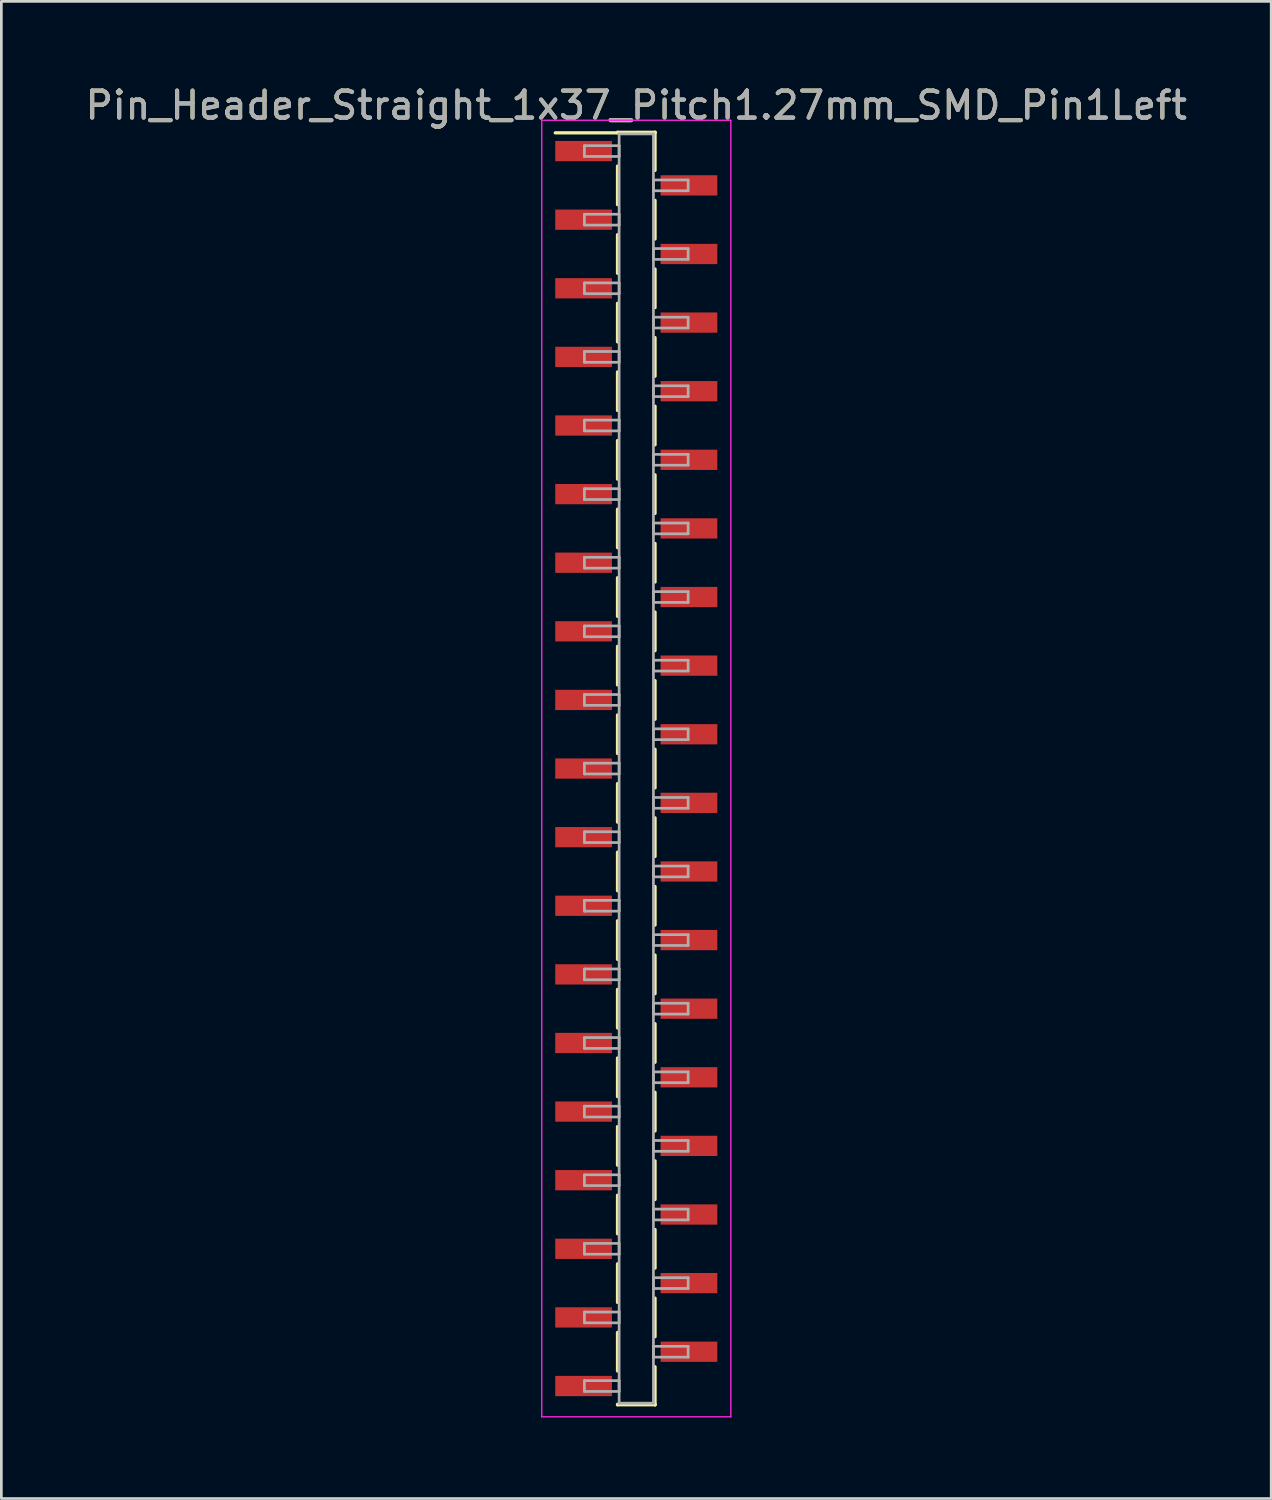
<source format=kicad_pcb>
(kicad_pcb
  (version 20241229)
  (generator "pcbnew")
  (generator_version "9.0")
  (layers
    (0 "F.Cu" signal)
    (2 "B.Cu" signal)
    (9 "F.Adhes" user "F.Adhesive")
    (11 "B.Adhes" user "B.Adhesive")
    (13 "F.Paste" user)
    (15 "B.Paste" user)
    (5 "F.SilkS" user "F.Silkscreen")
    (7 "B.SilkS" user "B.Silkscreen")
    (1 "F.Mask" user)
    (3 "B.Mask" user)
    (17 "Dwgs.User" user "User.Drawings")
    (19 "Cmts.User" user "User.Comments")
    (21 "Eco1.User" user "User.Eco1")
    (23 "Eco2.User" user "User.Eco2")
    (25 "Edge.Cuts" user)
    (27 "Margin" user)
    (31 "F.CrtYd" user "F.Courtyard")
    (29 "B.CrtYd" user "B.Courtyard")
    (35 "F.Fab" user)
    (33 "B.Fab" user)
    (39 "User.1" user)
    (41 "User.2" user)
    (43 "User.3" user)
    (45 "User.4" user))
  (footprint "Pin_Header_Straight_1x37_Pitch1.27mm_SMD_Pin1Left"
    (layer "F.Cu")
    (at 20.506 25.403)
    (property "Reference" "Pin_Header_Straight_1x37_Pitch1.27mm_SMD_Pin1Left" (at 0 -24.555 0) (layer "F.SilkS") (effects (font (size 1 1) (thickness 0.15))))
    (attr smd)
    (fp_line (start -0.695 -23.555) (end 0.695 -23.555) (stroke (width 0.12) (type solid)) (layer "F.SilkS"))
    (fp_line (start -0.695 -23.535) (end -3 -23.535) (stroke (width 0.12) (type solid)) (layer "F.SilkS"))
    (fp_line (start -0.695 -23.535) (end -0.695 -23.555) (stroke (width 0.12) (type solid)) (layer "F.SilkS"))
    (fp_line (start -0.695 -22.305) (end -0.695 -20.875) (stroke (width 0.12) (type solid)) (layer "F.SilkS"))
    (fp_line (start -0.695 -19.765) (end -0.695 -18.335) (stroke (width 0.12) (type solid)) (layer "F.SilkS"))
    (fp_line (start -0.695 -17.225) (end -0.695 -15.795) (stroke (width 0.12) (type solid)) (layer "F.SilkS"))
    (fp_line (start -0.695 -14.685) (end -0.695 -13.255) (stroke (width 0.12) (type solid)) (layer "F.SilkS"))
    (fp_line (start -0.695 -12.145) (end -0.695 -10.715) (stroke (width 0.12) (type solid)) (layer "F.SilkS"))
    (fp_line (start -0.695 -9.605) (end -0.695 -8.175) (stroke (width 0.12) (type solid)) (layer "F.SilkS"))
    (fp_line (start -0.695 -7.065) (end -0.695 -5.635) (stroke (width 0.12) (type solid)) (layer "F.SilkS"))
    (fp_line (start -0.695 -4.525) (end -0.695 -3.095) (stroke (width 0.12) (type solid)) (layer "F.SilkS"))
    (fp_line (start -0.695 -1.985) (end -0.695 -0.555) (stroke (width 0.12) (type solid)) (layer "F.SilkS"))
    (fp_line (start -0.695 0.555) (end -0.695 1.985) (stroke (width 0.12) (type solid)) (layer "F.SilkS"))
    (fp_line (start -0.695 3.095) (end -0.695 4.525) (stroke (width 0.12) (type solid)) (layer "F.SilkS"))
    (fp_line (start -0.695 5.635) (end -0.695 7.065) (stroke (width 0.12) (type solid)) (layer "F.SilkS"))
    (fp_line (start -0.695 8.175) (end -0.695 9.605) (stroke (width 0.12) (type solid)) (layer "F.SilkS"))
    (fp_line (start -0.695 10.715) (end -0.695 12.145) (stroke (width 0.12) (type solid)) (layer "F.SilkS"))
    (fp_line (start -0.695 13.255) (end -0.695 14.685) (stroke (width 0.12) (type solid)) (layer "F.SilkS"))
    (fp_line (start -0.695 15.795) (end -0.695 17.225) (stroke (width 0.12) (type solid)) (layer "F.SilkS"))
    (fp_line (start -0.695 18.335) (end -0.695 19.765) (stroke (width 0.12) (type solid)) (layer "F.SilkS"))
    (fp_line (start -0.695 20.875) (end -0.695 22.305) (stroke (width 0.12) (type solid)) (layer "F.SilkS"))
    (fp_line (start -0.695 23.535) (end -0.695 23.555) (stroke (width 0.12) (type solid)) (layer "F.SilkS"))
    (fp_line (start -0.695 23.555) (end 0.695 23.555) (stroke (width 0.12) (type solid)) (layer "F.SilkS"))
    (fp_line (start 0.695 -23.555) (end 0.695 -23.535) (stroke (width 0.12) (type solid)) (layer "F.SilkS"))
    (fp_line (start 0.695 -23.555) (end 0.695 -22.145) (stroke (width 0.12) (type solid)) (layer "F.SilkS"))
    (fp_line (start 0.695 -21.035) (end 0.695 -19.605) (stroke (width 0.12) (type solid)) (layer "F.SilkS"))
    (fp_line (start 0.695 -18.495) (end 0.695 -17.065) (stroke (width 0.12) (type solid)) (layer "F.SilkS"))
    (fp_line (start 0.695 -15.955) (end 0.695 -14.525) (stroke (width 0.12) (type solid)) (layer "F.SilkS"))
    (fp_line (start 0.695 -13.415) (end 0.695 -11.985) (stroke (width 0.12) (type solid)) (layer "F.SilkS"))
    (fp_line (start 0.695 -10.875) (end 0.695 -9.445) (stroke (width 0.12) (type solid)) (layer "F.SilkS"))
    (fp_line (start 0.695 -8.335) (end 0.695 -6.905) (stroke (width 0.12) (type solid)) (layer "F.SilkS"))
    (fp_line (start 0.695 -5.795) (end 0.695 -4.365) (stroke (width 0.12) (type solid)) (layer "F.SilkS"))
    (fp_line (start 0.695 -3.255) (end 0.695 -1.825) (stroke (width 0.12) (type solid)) (layer "F.SilkS"))
    (fp_line (start 0.695 -0.715) (end 0.695 0.715) (stroke (width 0.12) (type solid)) (layer "F.SilkS"))
    (fp_line (start 0.695 1.825) (end 0.695 3.255) (stroke (width 0.12) (type solid)) (layer "F.SilkS"))
    (fp_line (start 0.695 4.365) (end 0.695 5.795) (stroke (width 0.12) (type solid)) (layer "F.SilkS"))
    (fp_line (start 0.695 6.905) (end 0.695 8.335) (stroke (width 0.12) (type solid)) (layer "F.SilkS"))
    (fp_line (start 0.695 9.445) (end 0.695 10.875) (stroke (width 0.12) (type solid)) (layer "F.SilkS"))
    (fp_line (start 0.695 11.985) (end 0.695 13.415) (stroke (width 0.12) (type solid)) (layer "F.SilkS"))
    (fp_line (start 0.695 14.525) (end 0.695 15.955) (stroke (width 0.12) (type solid)) (layer "F.SilkS"))
    (fp_line (start 0.695 17.065) (end 0.695 18.495) (stroke (width 0.12) (type solid)) (layer "F.SilkS"))
    (fp_line (start 0.695 19.605) (end 0.695 21.035) (stroke (width 0.12) (type solid)) (layer "F.SilkS"))
    (fp_line (start 0.695 22.145) (end 0.695 23.555) (stroke (width 0.12) (type solid)) (layer "F.SilkS"))
    (fp_line (start 0.695 23.555) (end 0.695 23.535) (stroke (width 0.12) (type solid)) (layer "F.SilkS"))
    (fp_line (start -3.5 -24) (end -3.5 24) (stroke (width 0.05) (type solid)) (layer "F.CrtYd"))
    (fp_line (start -3.5 24) (end 3.5 24) (stroke (width 0.05) (type solid)) (layer "F.CrtYd"))
    (fp_line (start 3.5 -24) (end -3.5 -24) (stroke (width 0.05) (type solid)) (layer "F.CrtYd"))
    (fp_line (start 3.5 24) (end 3.5 -24) (stroke (width 0.05) (type solid)) (layer "F.CrtYd"))
    (fp_line (start -1.92 -23.06) (end -0.635 -23.06) (stroke (width 0.1) (type solid)) (layer "F.Fab"))
    (fp_line (start -1.92 -22.66) (end -1.92 -23.06) (stroke (width 0.1) (type solid)) (layer "F.Fab"))
    (fp_line (start -1.92 -20.52) (end -0.635 -20.52) (stroke (width 0.1) (type solid)) (layer "F.Fab"))
    (fp_line (start -1.92 -20.12) (end -1.92 -20.52) (stroke (width 0.1) (type solid)) (layer "F.Fab"))
    (fp_line (start -1.92 -17.98) (end -0.635 -17.98) (stroke (width 0.1) (type solid)) (layer "F.Fab"))
    (fp_line (start -1.92 -17.58) (end -1.92 -17.98) (stroke (width 0.1) (type solid)) (layer "F.Fab"))
    (fp_line (start -1.92 -15.44) (end -0.635 -15.44) (stroke (width 0.1) (type solid)) (layer "F.Fab"))
    (fp_line (start -1.92 -15.04) (end -1.92 -15.44) (stroke (width 0.1) (type solid)) (layer "F.Fab"))
    (fp_line (start -1.92 -12.9) (end -0.635 -12.9) (stroke (width 0.1) (type solid)) (layer "F.Fab"))
    (fp_line (start -1.92 -12.5) (end -1.92 -12.9) (stroke (width 0.1) (type solid)) (layer "F.Fab"))
    (fp_line (start -1.92 -10.36) (end -0.635 -10.36) (stroke (width 0.1) (type solid)) (layer "F.Fab"))
    (fp_line (start -1.92 -9.96) (end -1.92 -10.36) (stroke (width 0.1) (type solid)) (layer "F.Fab"))
    (fp_line (start -1.92 -7.82) (end -0.635 -7.82) (stroke (width 0.1) (type solid)) (layer "F.Fab"))
    (fp_line (start -1.92 -7.42) (end -1.92 -7.82) (stroke (width 0.1) (type solid)) (layer "F.Fab"))
    (fp_line (start -1.92 -5.28) (end -0.635 -5.28) (stroke (width 0.1) (type solid)) (layer "F.Fab"))
    (fp_line (start -1.92 -4.88) (end -1.92 -5.28) (stroke (width 0.1) (type solid)) (layer "F.Fab"))
    (fp_line (start -1.92 -2.74) (end -0.635 -2.74) (stroke (width 0.1) (type solid)) (layer "F.Fab"))
    (fp_line (start -1.92 -2.34) (end -1.92 -2.74) (stroke (width 0.1) (type solid)) (layer "F.Fab"))
    (fp_line (start -1.92 -0.2) (end -0.635 -0.2) (stroke (width 0.1) (type solid)) (layer "F.Fab"))
    (fp_line (start -1.92 0.2) (end -1.92 -0.2) (stroke (width 0.1) (type solid)) (layer "F.Fab"))
    (fp_line (start -1.92 2.34) (end -0.635 2.34) (stroke (width 0.1) (type solid)) (layer "F.Fab"))
    (fp_line (start -1.92 2.74) (end -1.92 2.34) (stroke (width 0.1) (type solid)) (layer "F.Fab"))
    (fp_line (start -1.92 4.88) (end -0.635 4.88) (stroke (width 0.1) (type solid)) (layer "F.Fab"))
    (fp_line (start -1.92 5.28) (end -1.92 4.88) (stroke (width 0.1) (type solid)) (layer "F.Fab"))
    (fp_line (start -1.92 7.42) (end -0.635 7.42) (stroke (width 0.1) (type solid)) (layer "F.Fab"))
    (fp_line (start -1.92 7.82) (end -1.92 7.42) (stroke (width 0.1) (type solid)) (layer "F.Fab"))
    (fp_line (start -1.92 9.96) (end -0.635 9.96) (stroke (width 0.1) (type solid)) (layer "F.Fab"))
    (fp_line (start -1.92 10.36) (end -1.92 9.96) (stroke (width 0.1) (type solid)) (layer "F.Fab"))
    (fp_line (start -1.92 12.5) (end -0.635 12.5) (stroke (width 0.1) (type solid)) (layer "F.Fab"))
    (fp_line (start -1.92 12.9) (end -1.92 12.5) (stroke (width 0.1) (type solid)) (layer "F.Fab"))
    (fp_line (start -1.92 15.04) (end -0.635 15.04) (stroke (width 0.1) (type solid)) (layer "F.Fab"))
    (fp_line (start -1.92 15.44) (end -1.92 15.04) (stroke (width 0.1) (type solid)) (layer "F.Fab"))
    (fp_line (start -1.92 17.58) (end -0.635 17.58) (stroke (width 0.1) (type solid)) (layer "F.Fab"))
    (fp_line (start -1.92 17.98) (end -1.92 17.58) (stroke (width 0.1) (type solid)) (layer "F.Fab"))
    (fp_line (start -1.92 20.12) (end -0.635 20.12) (stroke (width 0.1) (type solid)) (layer "F.Fab"))
    (fp_line (start -1.92 20.52) (end -1.92 20.12) (stroke (width 0.1) (type solid)) (layer "F.Fab"))
    (fp_line (start -1.92 22.66) (end -0.635 22.66) (stroke (width 0.1) (type solid)) (layer "F.Fab"))
    (fp_line (start -1.92 23.06) (end -1.92 22.66) (stroke (width 0.1) (type solid)) (layer "F.Fab"))
    (fp_line (start -0.635 -23.495) (end -0.635 23.495) (stroke (width 0.1) (type solid)) (layer "F.Fab"))
    (fp_line (start -0.635 -23.06) (end -0.635 -22.66) (stroke (width 0.1) (type solid)) (layer "F.Fab"))
    (fp_line (start -0.635 -22.66) (end -1.92 -22.66) (stroke (width 0.1) (type solid)) (layer "F.Fab"))
    (fp_line (start -0.635 -20.52) (end -0.635 -20.12) (stroke (width 0.1) (type solid)) (layer "F.Fab"))
    (fp_line (start -0.635 -20.12) (end -1.92 -20.12) (stroke (width 0.1) (type solid)) (layer "F.Fab"))
    (fp_line (start -0.635 -17.98) (end -0.635 -17.58) (stroke (width 0.1) (type solid)) (layer "F.Fab"))
    (fp_line (start -0.635 -17.58) (end -1.92 -17.58) (stroke (width 0.1) (type solid)) (layer "F.Fab"))
    (fp_line (start -0.635 -15.44) (end -0.635 -15.04) (stroke (width 0.1) (type solid)) (layer "F.Fab"))
    (fp_line (start -0.635 -15.04) (end -1.92 -15.04) (stroke (width 0.1) (type solid)) (layer "F.Fab"))
    (fp_line (start -0.635 -12.9) (end -0.635 -12.5) (stroke (width 0.1) (type solid)) (layer "F.Fab"))
    (fp_line (start -0.635 -12.5) (end -1.92 -12.5) (stroke (width 0.1) (type solid)) (layer "F.Fab"))
    (fp_line (start -0.635 -10.36) (end -0.635 -9.96) (stroke (width 0.1) (type solid)) (layer "F.Fab"))
    (fp_line (start -0.635 -9.96) (end -1.92 -9.96) (stroke (width 0.1) (type solid)) (layer "F.Fab"))
    (fp_line (start -0.635 -7.82) (end -0.635 -7.42) (stroke (width 0.1) (type solid)) (layer "F.Fab"))
    (fp_line (start -0.635 -7.42) (end -1.92 -7.42) (stroke (width 0.1) (type solid)) (layer "F.Fab"))
    (fp_line (start -0.635 -5.28) (end -0.635 -4.88) (stroke (width 0.1) (type solid)) (layer "F.Fab"))
    (fp_line (start -0.635 -4.88) (end -1.92 -4.88) (stroke (width 0.1) (type solid)) (layer "F.Fab"))
    (fp_line (start -0.635 -2.74) (end -0.635 -2.34) (stroke (width 0.1) (type solid)) (layer "F.Fab"))
    (fp_line (start -0.635 -2.34) (end -1.92 -2.34) (stroke (width 0.1) (type solid)) (layer "F.Fab"))
    (fp_line (start -0.635 -0.2) (end -0.635 0.2) (stroke (width 0.1) (type solid)) (layer "F.Fab"))
    (fp_line (start -0.635 0.2) (end -1.92 0.2) (stroke (width 0.1) (type solid)) (layer "F.Fab"))
    (fp_line (start -0.635 2.34) (end -0.635 2.74) (stroke (width 0.1) (type solid)) (layer "F.Fab"))
    (fp_line (start -0.635 2.74) (end -1.92 2.74) (stroke (width 0.1) (type solid)) (layer "F.Fab"))
    (fp_line (start -0.635 4.88) (end -0.635 5.28) (stroke (width 0.1) (type solid)) (layer "F.Fab"))
    (fp_line (start -0.635 5.28) (end -1.92 5.28) (stroke (width 0.1) (type solid)) (layer "F.Fab"))
    (fp_line (start -0.635 7.42) (end -0.635 7.82) (stroke (width 0.1) (type solid)) (layer "F.Fab"))
    (fp_line (start -0.635 7.82) (end -1.92 7.82) (stroke (width 0.1) (type solid)) (layer "F.Fab"))
    (fp_line (start -0.635 9.96) (end -0.635 10.36) (stroke (width 0.1) (type solid)) (layer "F.Fab"))
    (fp_line (start -0.635 10.36) (end -1.92 10.36) (stroke (width 0.1) (type solid)) (layer "F.Fab"))
    (fp_line (start -0.635 12.5) (end -0.635 12.9) (stroke (width 0.1) (type solid)) (layer "F.Fab"))
    (fp_line (start -0.635 12.9) (end -1.92 12.9) (stroke (width 0.1) (type solid)) (layer "F.Fab"))
    (fp_line (start -0.635 15.04) (end -0.635 15.44) (stroke (width 0.1) (type solid)) (layer "F.Fab"))
    (fp_line (start -0.635 15.44) (end -1.92 15.44) (stroke (width 0.1) (type solid)) (layer "F.Fab"))
    (fp_line (start -0.635 17.58) (end -0.635 17.98) (stroke (width 0.1) (type solid)) (layer "F.Fab"))
    (fp_line (start -0.635 17.98) (end -1.92 17.98) (stroke (width 0.1) (type solid)) (layer "F.Fab"))
    (fp_line (start -0.635 20.12) (end -0.635 20.52) (stroke (width 0.1) (type solid)) (layer "F.Fab"))
    (fp_line (start -0.635 20.52) (end -1.92 20.52) (stroke (width 0.1) (type solid)) (layer "F.Fab"))
    (fp_line (start -0.635 22.66) (end -0.635 23.06) (stroke (width 0.1) (type solid)) (layer "F.Fab"))
    (fp_line (start -0.635 23.06) (end -1.92 23.06) (stroke (width 0.1) (type solid)) (layer "F.Fab"))
    (fp_line (start -0.635 23.495) (end 0.635 23.495) (stroke (width 0.1) (type solid)) (layer "F.Fab"))
    (fp_line (start 0.635 -23.495) (end -0.635 -23.495) (stroke (width 0.1) (type solid)) (layer "F.Fab"))
    (fp_line (start 0.635 -21.79) (end 0.635 -21.39) (stroke (width 0.1) (type solid)) (layer "F.Fab"))
    (fp_line (start 0.635 -21.39) (end 1.92 -21.39) (stroke (width 0.1) (type solid)) (layer "F.Fab"))
    (fp_line (start 0.635 -19.25) (end 0.635 -18.85) (stroke (width 0.1) (type solid)) (layer "F.Fab"))
    (fp_line (start 0.635 -18.85) (end 1.92 -18.85) (stroke (width 0.1) (type solid)) (layer "F.Fab"))
    (fp_line (start 0.635 -16.71) (end 0.635 -16.31) (stroke (width 0.1) (type solid)) (layer "F.Fab"))
    (fp_line (start 0.635 -16.31) (end 1.92 -16.31) (stroke (width 0.1) (type solid)) (layer "F.Fab"))
    (fp_line (start 0.635 -14.17) (end 0.635 -13.77) (stroke (width 0.1) (type solid)) (layer "F.Fab"))
    (fp_line (start 0.635 -13.77) (end 1.92 -13.77) (stroke (width 0.1) (type solid)) (layer "F.Fab"))
    (fp_line (start 0.635 -11.63) (end 0.635 -11.23) (stroke (width 0.1) (type solid)) (layer "F.Fab"))
    (fp_line (start 0.635 -11.23) (end 1.92 -11.23) (stroke (width 0.1) (type solid)) (layer "F.Fab"))
    (fp_line (start 0.635 -9.09) (end 0.635 -8.69) (stroke (width 0.1) (type solid)) (layer "F.Fab"))
    (fp_line (start 0.635 -8.69) (end 1.92 -8.69) (stroke (width 0.1) (type solid)) (layer "F.Fab"))
    (fp_line (start 0.635 -6.55) (end 0.635 -6.15) (stroke (width 0.1) (type solid)) (layer "F.Fab"))
    (fp_line (start 0.635 -6.15) (end 1.92 -6.15) (stroke (width 0.1) (type solid)) (layer "F.Fab"))
    (fp_line (start 0.635 -4.01) (end 0.635 -3.61) (stroke (width 0.1) (type solid)) (layer "F.Fab"))
    (fp_line (start 0.635 -3.61) (end 1.92 -3.61) (stroke (width 0.1) (type solid)) (layer "F.Fab"))
    (fp_line (start 0.635 -1.47) (end 0.635 -1.07) (stroke (width 0.1) (type solid)) (layer "F.Fab"))
    (fp_line (start 0.635 -1.07) (end 1.92 -1.07) (stroke (width 0.1) (type solid)) (layer "F.Fab"))
    (fp_line (start 0.635 1.07) (end 0.635 1.47) (stroke (width 0.1) (type solid)) (layer "F.Fab"))
    (fp_line (start 0.635 1.47) (end 1.92 1.47) (stroke (width 0.1) (type solid)) (layer "F.Fab"))
    (fp_line (start 0.635 3.61) (end 0.635 4.01) (stroke (width 0.1) (type solid)) (layer "F.Fab"))
    (fp_line (start 0.635 4.01) (end 1.92 4.01) (stroke (width 0.1) (type solid)) (layer "F.Fab"))
    (fp_line (start 0.635 6.15) (end 0.635 6.55) (stroke (width 0.1) (type solid)) (layer "F.Fab"))
    (fp_line (start 0.635 6.55) (end 1.92 6.55) (stroke (width 0.1) (type solid)) (layer "F.Fab"))
    (fp_line (start 0.635 8.69) (end 0.635 9.09) (stroke (width 0.1) (type solid)) (layer "F.Fab"))
    (fp_line (start 0.635 9.09) (end 1.92 9.09) (stroke (width 0.1) (type solid)) (layer "F.Fab"))
    (fp_line (start 0.635 11.23) (end 0.635 11.63) (stroke (width 0.1) (type solid)) (layer "F.Fab"))
    (fp_line (start 0.635 11.63) (end 1.92 11.63) (stroke (width 0.1) (type solid)) (layer "F.Fab"))
    (fp_line (start 0.635 13.77) (end 0.635 14.17) (stroke (width 0.1) (type solid)) (layer "F.Fab"))
    (fp_line (start 0.635 14.17) (end 1.92 14.17) (stroke (width 0.1) (type solid)) (layer "F.Fab"))
    (fp_line (start 0.635 16.31) (end 0.635 16.71) (stroke (width 0.1) (type solid)) (layer "F.Fab"))
    (fp_line (start 0.635 16.71) (end 1.92 16.71) (stroke (width 0.1) (type solid)) (layer "F.Fab"))
    (fp_line (start 0.635 18.85) (end 0.635 19.25) (stroke (width 0.1) (type solid)) (layer "F.Fab"))
    (fp_line (start 0.635 19.25) (end 1.92 19.25) (stroke (width 0.1) (type solid)) (layer "F.Fab"))
    (fp_line (start 0.635 21.39) (end 0.635 21.79) (stroke (width 0.1) (type solid)) (layer "F.Fab"))
    (fp_line (start 0.635 21.79) (end 1.92 21.79) (stroke (width 0.1) (type solid)) (layer "F.Fab"))
    (fp_line (start 0.635 23.495) (end 0.635 -23.495) (stroke (width 0.1) (type solid)) (layer "F.Fab"))
    (fp_line (start 1.92 -21.79) (end 0.635 -21.79) (stroke (width 0.1) (type solid)) (layer "F.Fab"))
    (fp_line (start 1.92 -21.39) (end 1.92 -21.79) (stroke (width 0.1) (type solid)) (layer "F.Fab"))
    (fp_line (start 1.92 -19.25) (end 0.635 -19.25) (stroke (width 0.1) (type solid)) (layer "F.Fab"))
    (fp_line (start 1.92 -18.85) (end 1.92 -19.25) (stroke (width 0.1) (type solid)) (layer "F.Fab"))
    (fp_line (start 1.92 -16.71) (end 0.635 -16.71) (stroke (width 0.1) (type solid)) (layer "F.Fab"))
    (fp_line (start 1.92 -16.31) (end 1.92 -16.71) (stroke (width 0.1) (type solid)) (layer "F.Fab"))
    (fp_line (start 1.92 -14.17) (end 0.635 -14.17) (stroke (width 0.1) (type solid)) (layer "F.Fab"))
    (fp_line (start 1.92 -13.77) (end 1.92 -14.17) (stroke (width 0.1) (type solid)) (layer "F.Fab"))
    (fp_line (start 1.92 -11.63) (end 0.635 -11.63) (stroke (width 0.1) (type solid)) (layer "F.Fab"))
    (fp_line (start 1.92 -11.23) (end 1.92 -11.63) (stroke (width 0.1) (type solid)) (layer "F.Fab"))
    (fp_line (start 1.92 -9.09) (end 0.635 -9.09) (stroke (width 0.1) (type solid)) (layer "F.Fab"))
    (fp_line (start 1.92 -8.69) (end 1.92 -9.09) (stroke (width 0.1) (type solid)) (layer "F.Fab"))
    (fp_line (start 1.92 -6.55) (end 0.635 -6.55) (stroke (width 0.1) (type solid)) (layer "F.Fab"))
    (fp_line (start 1.92 -6.15) (end 1.92 -6.55) (stroke (width 0.1) (type solid)) (layer "F.Fab"))
    (fp_line (start 1.92 -4.01) (end 0.635 -4.01) (stroke (width 0.1) (type solid)) (layer "F.Fab"))
    (fp_line (start 1.92 -3.61) (end 1.92 -4.01) (stroke (width 0.1) (type solid)) (layer "F.Fab"))
    (fp_line (start 1.92 -1.47) (end 0.635 -1.47) (stroke (width 0.1) (type solid)) (layer "F.Fab"))
    (fp_line (start 1.92 -1.07) (end 1.92 -1.47) (stroke (width 0.1) (type solid)) (layer "F.Fab"))
    (fp_line (start 1.92 1.07) (end 0.635 1.07) (stroke (width 0.1) (type solid)) (layer "F.Fab"))
    (fp_line (start 1.92 1.47) (end 1.92 1.07) (stroke (width 0.1) (type solid)) (layer "F.Fab"))
    (fp_line (start 1.92 3.61) (end 0.635 3.61) (stroke (width 0.1) (type solid)) (layer "F.Fab"))
    (fp_line (start 1.92 4.01) (end 1.92 3.61) (stroke (width 0.1) (type solid)) (layer "F.Fab"))
    (fp_line (start 1.92 6.15) (end 0.635 6.15) (stroke (width 0.1) (type solid)) (layer "F.Fab"))
    (fp_line (start 1.92 6.55) (end 1.92 6.15) (stroke (width 0.1) (type solid)) (layer "F.Fab"))
    (fp_line (start 1.92 8.69) (end 0.635 8.69) (stroke (width 0.1) (type solid)) (layer "F.Fab"))
    (fp_line (start 1.92 9.09) (end 1.92 8.69) (stroke (width 0.1) (type solid)) (layer "F.Fab"))
    (fp_line (start 1.92 11.23) (end 0.635 11.23) (stroke (width 0.1) (type solid)) (layer "F.Fab"))
    (fp_line (start 1.92 11.63) (end 1.92 11.23) (stroke (width 0.1) (type solid)) (layer "F.Fab"))
    (fp_line (start 1.92 13.77) (end 0.635 13.77) (stroke (width 0.1) (type solid)) (layer "F.Fab"))
    (fp_line (start 1.92 14.17) (end 1.92 13.77) (stroke (width 0.1) (type solid)) (layer "F.Fab"))
    (fp_line (start 1.92 16.31) (end 0.635 16.31) (stroke (width 0.1) (type solid)) (layer "F.Fab"))
    (fp_line (start 1.92 16.71) (end 1.92 16.31) (stroke (width 0.1) (type solid)) (layer "F.Fab"))
    (fp_line (start 1.92 18.85) (end 0.635 18.85) (stroke (width 0.1) (type solid)) (layer "F.Fab"))
    (fp_line (start 1.92 19.25) (end 1.92 18.85) (stroke (width 0.1) (type solid)) (layer "F.Fab"))
    (fp_line (start 1.92 21.39) (end 0.635 21.39) (stroke (width 0.1) (type solid)) (layer "F.Fab"))
    (fp_line (start 1.92 21.79) (end 1.92 21.39) (stroke (width 0.1) (type solid)) (layer "F.Fab"))
    (fp_text user "${REFERENCE}" (at 0 -24.555 0) (layer "F.Fab") (effects (font (size 1 1) (thickness 0.15))))
    (pad "1" smd rect (at -1.95 -22.86) (size 2.1 0.75) (layers "F.Cu" "F.Mask" "F.Paste"))
    (pad "2" smd rect (at 1.95 -21.59) (size 2.1 0.75) (layers "F.Cu" "F.Mask" "F.Paste"))
    (pad "3" smd rect (at -1.95 -20.32) (size 2.1 0.75) (layers "F.Cu" "F.Mask" "F.Paste"))
    (pad "4" smd rect (at 1.95 -19.05) (size 2.1 0.75) (layers "F.Cu" "F.Mask" "F.Paste"))
    (pad "5" smd rect (at -1.95 -17.78) (size 2.1 0.75) (layers "F.Cu" "F.Mask" "F.Paste"))
    (pad "6" smd rect (at 1.95 -16.51) (size 2.1 0.75) (layers "F.Cu" "F.Mask" "F.Paste"))
    (pad "7" smd rect (at -1.95 -15.24) (size 2.1 0.75) (layers "F.Cu" "F.Mask" "F.Paste"))
    (pad "8" smd rect (at 1.95 -13.97) (size 2.1 0.75) (layers "F.Cu" "F.Mask" "F.Paste"))
    (pad "9" smd rect (at -1.95 -12.7) (size 2.1 0.75) (layers "F.Cu" "F.Mask" "F.Paste"))
    (pad "10" smd rect (at 1.95 -11.43) (size 2.1 0.75) (layers "F.Cu" "F.Mask" "F.Paste"))
    (pad "11" smd rect (at -1.95 -10.16) (size 2.1 0.75) (layers "F.Cu" "F.Mask" "F.Paste"))
    (pad "12" smd rect (at 1.95 -8.89) (size 2.1 0.75) (layers "F.Cu" "F.Mask" "F.Paste"))
    (pad "13" smd rect (at -1.95 -7.62) (size 2.1 0.75) (layers "F.Cu" "F.Mask" "F.Paste"))
    (pad "14" smd rect (at 1.95 -6.35) (size 2.1 0.75) (layers "F.Cu" "F.Mask" "F.Paste"))
    (pad "15" smd rect (at -1.95 -5.08) (size 2.1 0.75) (layers "F.Cu" "F.Mask" "F.Paste"))
    (pad "16" smd rect (at 1.95 -3.81) (size 2.1 0.75) (layers "F.Cu" "F.Mask" "F.Paste"))
    (pad "17" smd rect (at -1.95 -2.54) (size 2.1 0.75) (layers "F.Cu" "F.Mask" "F.Paste"))
    (pad "18" smd rect (at 1.95 -1.27) (size 2.1 0.75) (layers "F.Cu" "F.Mask" "F.Paste"))
    (pad "19" smd rect (at -1.95 0) (size 2.1 0.75) (layers "F.Cu" "F.Mask" "F.Paste"))
    (pad "20" smd rect (at 1.95 1.27) (size 2.1 0.75) (layers "F.Cu" "F.Mask" "F.Paste"))
    (pad "21" smd rect (at -1.95 2.54) (size 2.1 0.75) (layers "F.Cu" "F.Mask" "F.Paste"))
    (pad "22" smd rect (at 1.95 3.81) (size 2.1 0.75) (layers "F.Cu" "F.Mask" "F.Paste"))
    (pad "23" smd rect (at -1.95 5.08) (size 2.1 0.75) (layers "F.Cu" "F.Mask" "F.Paste"))
    (pad "24" smd rect (at 1.95 6.35) (size 2.1 0.75) (layers "F.Cu" "F.Mask" "F.Paste"))
    (pad "25" smd rect (at -1.95 7.62) (size 2.1 0.75) (layers "F.Cu" "F.Mask" "F.Paste"))
    (pad "26" smd rect (at 1.95 8.89) (size 2.1 0.75) (layers "F.Cu" "F.Mask" "F.Paste"))
    (pad "27" smd rect (at -1.95 10.16) (size 2.1 0.75) (layers "F.Cu" "F.Mask" "F.Paste"))
    (pad "28" smd rect (at 1.95 11.43) (size 2.1 0.75) (layers "F.Cu" "F.Mask" "F.Paste"))
    (pad "29" smd rect (at -1.95 12.7) (size 2.1 0.75) (layers "F.Cu" "F.Mask" "F.Paste"))
    (pad "30" smd rect (at 1.95 13.97) (size 2.1 0.75) (layers "F.Cu" "F.Mask" "F.Paste"))
    (pad "31" smd rect (at -1.95 15.24) (size 2.1 0.75) (layers "F.Cu" "F.Mask" "F.Paste"))
    (pad "32" smd rect (at 1.95 16.51) (size 2.1 0.75) (layers "F.Cu" "F.Mask" "F.Paste"))
    (pad "33" smd rect (at -1.95 17.78) (size 2.1 0.75) (layers "F.Cu" "F.Mask" "F.Paste"))
    (pad "34" smd rect (at 1.95 19.05) (size 2.1 0.75) (layers "F.Cu" "F.Mask" "F.Paste"))
    (pad "35" smd rect (at -1.95 20.32) (size 2.1 0.75) (layers "F.Cu" "F.Mask" "F.Paste"))
    (pad "36" smd rect (at 1.95 21.59) (size 2.1 0.75) (layers "F.Cu" "F.Mask" "F.Paste"))
    (pad "37" smd rect (at -1.95 22.86) (size 2.1 0.75) (layers "F.Cu" "F.Mask" "F.Paste")))
  (gr_rect
    (start -3 -3)
    (end 44.012 52.428)
    (stroke (width 0.1) (type default))
    (fill no)
    (layer "Edge.Cuts")))
</source>
